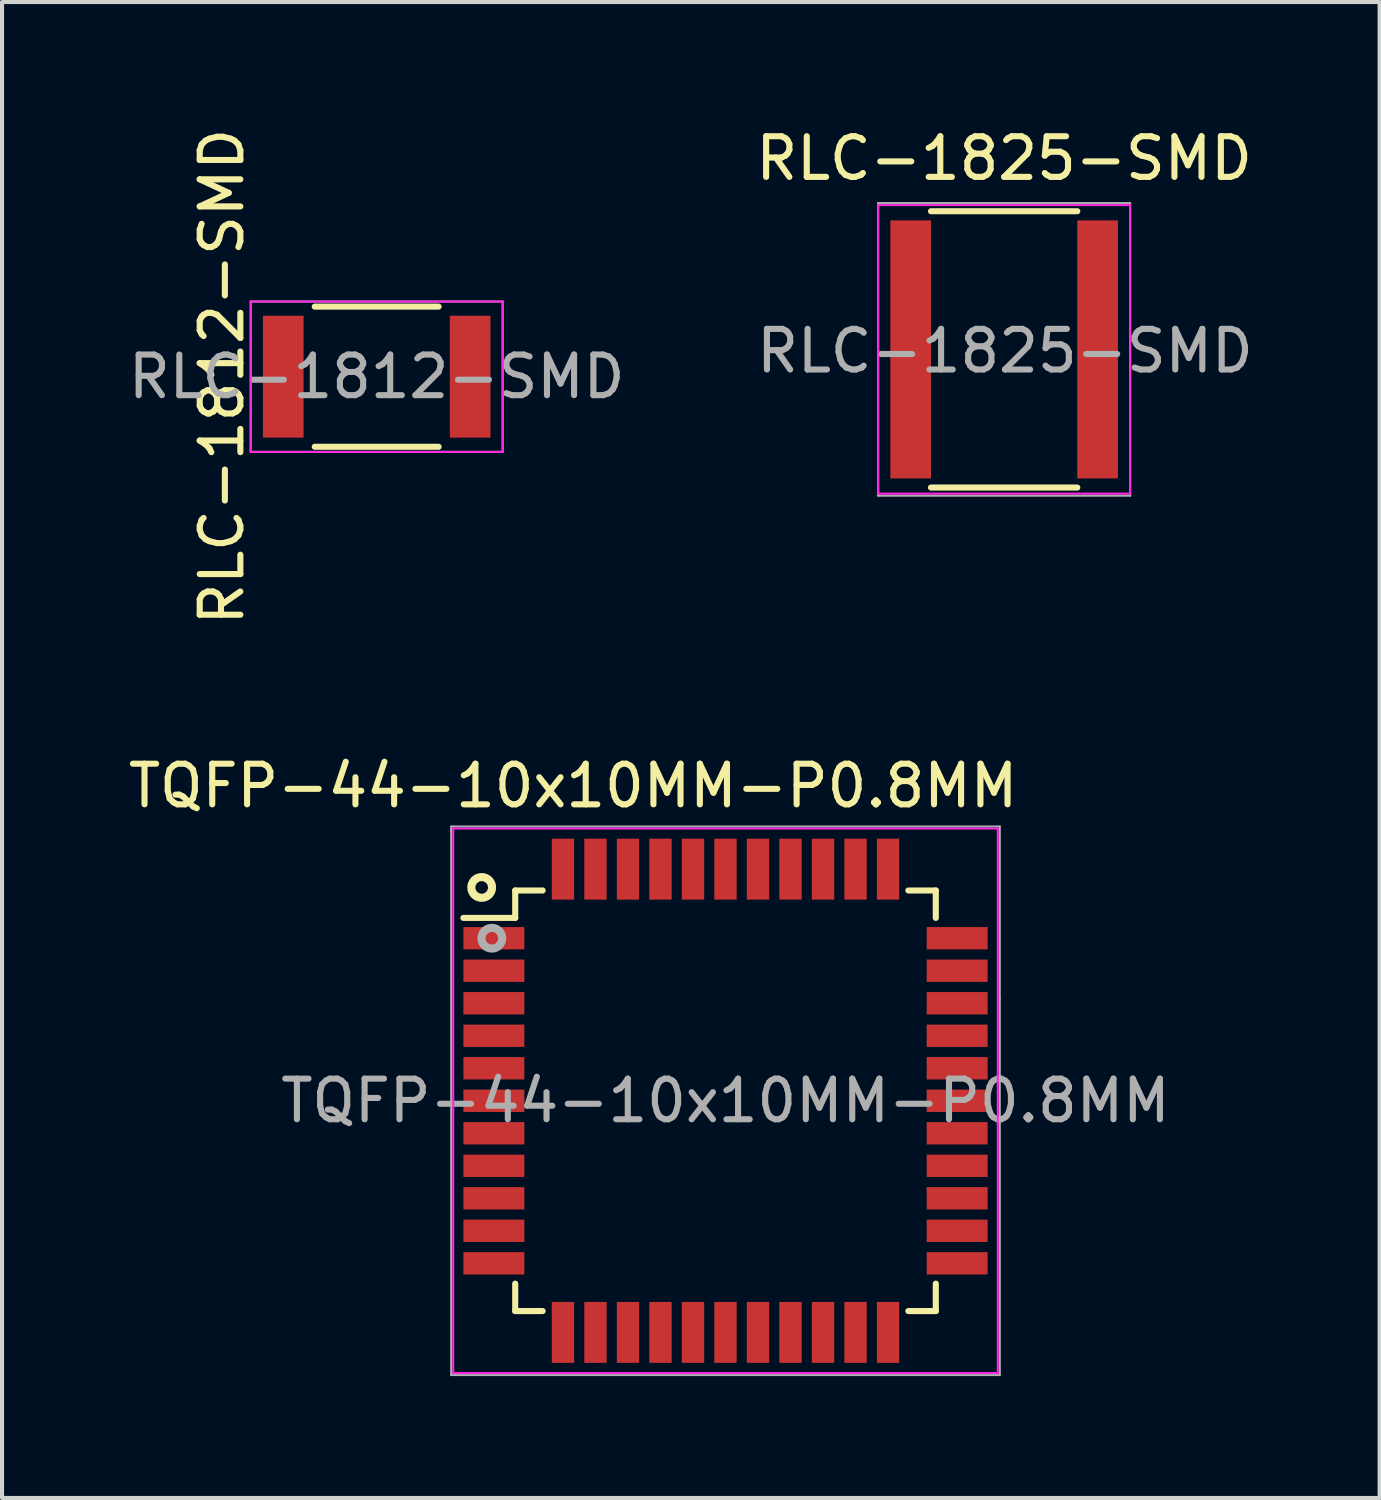
<source format=kicad_pcb>
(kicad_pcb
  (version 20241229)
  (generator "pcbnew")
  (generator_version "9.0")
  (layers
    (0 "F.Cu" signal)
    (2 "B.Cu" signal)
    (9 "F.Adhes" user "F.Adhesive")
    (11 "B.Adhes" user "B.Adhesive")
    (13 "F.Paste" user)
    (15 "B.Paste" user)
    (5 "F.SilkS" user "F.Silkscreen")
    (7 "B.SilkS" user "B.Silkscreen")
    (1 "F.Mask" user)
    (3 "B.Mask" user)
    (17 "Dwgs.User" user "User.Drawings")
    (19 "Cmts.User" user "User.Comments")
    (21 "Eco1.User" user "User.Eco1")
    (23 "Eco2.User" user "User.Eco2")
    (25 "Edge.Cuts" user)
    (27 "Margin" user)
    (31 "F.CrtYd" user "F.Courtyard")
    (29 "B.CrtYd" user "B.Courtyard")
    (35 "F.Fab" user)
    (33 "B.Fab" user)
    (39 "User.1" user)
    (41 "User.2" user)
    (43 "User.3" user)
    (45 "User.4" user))
  (footprint "TQFP-44-10x10MM-P0.8MM"
    (layer "F.Cu")
    (at 14.804 24.039)
    (property "Reference" "TQFP-44-10x10MM-P0.8MM" (at 0 0 0) (layer "F.Fab") (effects (font (size 1 1) (thickness 0.15))))
    (attr smd)
    (fp_line (start -5.175 -5.175) (end -5.175 -4.5) (stroke (width 0.15) (type solid)) (layer "F.SilkS"))
    (fp_line (start -5.175 -5.175) (end -4.5 -5.175) (stroke (width 0.15) (type solid)) (layer "F.SilkS"))
    (fp_line (start -5.175 -4.5) (end -6.45 -4.5) (stroke (width 0.15) (type solid)) (layer "F.SilkS"))
    (fp_line (start -5.175 5.175) (end -5.175 4.5) (stroke (width 0.15) (type solid)) (layer "F.SilkS"))
    (fp_line (start -5.175 5.175) (end -4.5 5.175) (stroke (width 0.15) (type solid)) (layer "F.SilkS"))
    (fp_line (start 5.175 -5.175) (end 4.5 -5.175) (stroke (width 0.15) (type solid)) (layer "F.SilkS"))
    (fp_line (start 5.175 -5.175) (end 5.175 -4.5) (stroke (width 0.15) (type solid)) (layer "F.SilkS"))
    (fp_line (start 5.175 5.175) (end 4.5 5.175) (stroke (width 0.15) (type solid)) (layer "F.SilkS"))
    (fp_line (start 5.175 5.175) (end 5.175 4.5) (stroke (width 0.15) (type solid)) (layer "F.SilkS"))
    (fp_circle (center -6 -5.25) (end -5.95 -5) (stroke (width 0.2) (type solid)) (fill no) (layer "F.SilkS"))
    (fp_line (start -6.7 -6.7) (end -6.7 6.7) (stroke (width 0.05) (type solid)) (layer "F.CrtYd"))
    (fp_line (start -6.7 -6.7) (end 6.7 -6.7) (stroke (width 0.05) (type solid)) (layer "F.CrtYd"))
    (fp_line (start -6.7 6.7) (end 6.7 6.7) (stroke (width 0.05) (type solid)) (layer "F.CrtYd"))
    (fp_line (start 6.7 -6.7) (end 6.7 6.7) (stroke (width 0.05) (type solid)) (layer "F.CrtYd"))
    (fp_line (start -6.75 -6.75) (end 6.75 -6.75) (stroke (width 0.05) (type solid)) (layer "F.Fab"))
    (fp_line (start -6.75 6.75) (end -6.75 -6.75) (stroke (width 0.05) (type solid)) (layer "F.Fab"))
    (fp_line (start 6.75 -6.75) (end 6.75 -2.5) (stroke (width 0.05) (type solid)) (layer "F.Fab"))
    (fp_line (start 6.75 -2.5) (end 6.75 6.75) (stroke (width 0.05) (type solid)) (layer "F.Fab"))
    (fp_line (start 6.75 6.75) (end -6.75 6.75) (stroke (width 0.05) (type solid)) (layer "F.Fab"))
    (fp_circle (center -5.75 -4) (end -5.7 -3.75) (stroke (width 0.2) (type solid)) (fill no) (layer "F.Fab"))
    (fp_text user "${REFERENCE}" (at -3.75 -7.75 0) (layer "F.SilkS") (effects (font (size 1 1) (thickness 0.15))))
    (pad "1" smd rect (at -5.7 -4) (size 1.5 0.55) (layers "F.Cu" "F.Mask" "F.Paste"))
    (pad "2" smd rect (at -5.7 -3.2) (size 1.5 0.55) (layers "F.Cu" "F.Mask" "F.Paste"))
    (pad "3" smd rect (at -5.7 -2.4) (size 1.5 0.55) (layers "F.Cu" "F.Mask" "F.Paste"))
    (pad "4" smd rect (at -5.7 -1.6) (size 1.5 0.55) (layers "F.Cu" "F.Mask" "F.Paste"))
    (pad "5" smd rect (at -5.7 -0.8) (size 1.5 0.55) (layers "F.Cu" "F.Mask" "F.Paste"))
    (pad "6" smd rect (at -5.7 0) (size 1.5 0.55) (layers "F.Cu" "F.Mask" "F.Paste"))
    (pad "7" smd rect (at -5.7 0.8) (size 1.5 0.55) (layers "F.Cu" "F.Mask" "F.Paste"))
    (pad "8" smd rect (at -5.7 1.6) (size 1.5 0.55) (layers "F.Cu" "F.Mask" "F.Paste"))
    (pad "9" smd rect (at -5.7 2.4) (size 1.5 0.55) (layers "F.Cu" "F.Mask" "F.Paste"))
    (pad "10" smd rect (at -5.7 3.2) (size 1.5 0.55) (layers "F.Cu" "F.Mask" "F.Paste"))
    (pad "11" smd rect (at -5.7 4) (size 1.5 0.55) (layers "F.Cu" "F.Mask" "F.Paste"))
    (pad "12" smd rect (at -4 5.7 90) (size 1.5 0.55) (layers "F.Cu" "F.Mask" "F.Paste"))
    (pad "13" smd rect (at -3.2 5.7 90) (size 1.5 0.55) (layers "F.Cu" "F.Mask" "F.Paste"))
    (pad "14" smd rect (at -2.4 5.7 90) (size 1.5 0.55) (layers "F.Cu" "F.Mask" "F.Paste"))
    (pad "15" smd rect (at -1.6 5.7 90) (size 1.5 0.55) (layers "F.Cu" "F.Mask" "F.Paste"))
    (pad "16" smd rect (at -0.8 5.7 90) (size 1.5 0.55) (layers "F.Cu" "F.Mask" "F.Paste"))
    (pad "17" smd rect (at 0 5.7 90) (size 1.5 0.55) (layers "F.Cu" "F.Mask" "F.Paste"))
    (pad "18" smd rect (at 0.8 5.7 90) (size 1.5 0.55) (layers "F.Cu" "F.Mask" "F.Paste"))
    (pad "19" smd rect (at 1.6 5.7 90) (size 1.5 0.55) (layers "F.Cu" "F.Mask" "F.Paste"))
    (pad "20" smd rect (at 2.4 5.7 90) (size 1.5 0.55) (layers "F.Cu" "F.Mask" "F.Paste"))
    (pad "21" smd rect (at 3.2 5.7 90) (size 1.5 0.55) (layers "F.Cu" "F.Mask" "F.Paste"))
    (pad "22" smd rect (at 4 5.7 90) (size 1.5 0.55) (layers "F.Cu" "F.Mask" "F.Paste"))
    (pad "23" smd rect (at 5.7 4) (size 1.5 0.55) (layers "F.Cu" "F.Mask" "F.Paste"))
    (pad "24" smd rect (at 5.7 3.2) (size 1.5 0.55) (layers "F.Cu" "F.Mask" "F.Paste"))
    (pad "25" smd rect (at 5.7 2.4) (size 1.5 0.55) (layers "F.Cu" "F.Mask" "F.Paste"))
    (pad "26" smd rect (at 5.7 1.6) (size 1.5 0.55) (layers "F.Cu" "F.Mask" "F.Paste"))
    (pad "27" smd rect (at 5.7 0.8) (size 1.5 0.55) (layers "F.Cu" "F.Mask" "F.Paste"))
    (pad "28" smd rect (at 5.7 0) (size 1.5 0.55) (layers "F.Cu" "F.Mask" "F.Paste"))
    (pad "29" smd rect (at 5.7 -0.8) (size 1.5 0.55) (layers "F.Cu" "F.Mask" "F.Paste"))
    (pad "30" smd rect (at 5.7 -1.6) (size 1.5 0.55) (layers "F.Cu" "F.Mask" "F.Paste"))
    (pad "31" smd rect (at 5.7 -2.4) (size 1.5 0.55) (layers "F.Cu" "F.Mask" "F.Paste"))
    (pad "32" smd rect (at 5.7 -3.2) (size 1.5 0.55) (layers "F.Cu" "F.Mask" "F.Paste"))
    (pad "33" smd rect (at 5.7 -4) (size 1.5 0.55) (layers "F.Cu" "F.Mask" "F.Paste"))
    (pad "34" smd rect (at 4 -5.7 90) (size 1.5 0.55) (layers "F.Cu" "F.Mask" "F.Paste"))
    (pad "35" smd rect (at 3.2 -5.7 90) (size 1.5 0.55) (layers "F.Cu" "F.Mask" "F.Paste"))
    (pad "36" smd rect (at 2.4 -5.7 90) (size 1.5 0.55) (layers "F.Cu" "F.Mask" "F.Paste"))
    (pad "37" smd rect (at 1.6 -5.7 90) (size 1.5 0.55) (layers "F.Cu" "F.Mask" "F.Paste"))
    (pad "38" smd rect (at 0.8 -5.7 90) (size 1.5 0.55) (layers "F.Cu" "F.Mask" "F.Paste"))
    (pad "39" smd rect (at 0 -5.7 90) (size 1.5 0.55) (layers "F.Cu" "F.Mask" "F.Paste"))
    (pad "40" smd rect (at -0.8 -5.7 90) (size 1.5 0.55) (layers "F.Cu" "F.Mask" "F.Paste"))
    (pad "41" smd rect (at -1.6 -5.7 90) (size 1.5 0.55) (layers "F.Cu" "F.Mask" "F.Paste"))
    (pad "42" smd rect (at -2.4 -5.7 90) (size 1.5 0.55) (layers "F.Cu" "F.Mask" "F.Paste"))
    (pad "43" smd rect (at -3.2 -5.7 90) (size 1.5 0.55) (layers "F.Cu" "F.Mask" "F.Paste"))
    (pad "44" smd rect (at -4 -5.7 90) (size 1.5 0.55) (layers "F.Cu" "F.Mask" "F.Paste")))
  (footprint "RLC-1812-SMD"
    (layer "F.Cu")
    (at 6.22 6.22)
    (property "Reference" "RLC-1812-SMD" (at 0 0 0) (layer "F.Fab") (effects (font (size 1 1) (thickness 0.15))))
    (attr smd)
    (fp_line (start -1.524 1.725) (end 1.524 1.725) (stroke (width 0.15) (type solid)) (layer "F.SilkS"))
    (fp_line (start 1.524 -1.725) (end -1.524 -1.725) (stroke (width 0.15) (type solid)) (layer "F.SilkS"))
    (fp_line (start -3.1 -1.85) (end -3.1 1.85) (stroke (width 0.05) (type solid)) (layer "F.CrtYd"))
    (fp_line (start -3.1 -1.85) (end 3.1 -1.85) (stroke (width 0.05) (type solid)) (layer "F.CrtYd"))
    (fp_line (start -3.1 1.85) (end 3.1 1.85) (stroke (width 0.05) (type solid)) (layer "F.CrtYd"))
    (fp_line (start 3.1 -1.85) (end 3.1 1.85) (stroke (width 0.05) (type solid)) (layer "F.CrtYd"))
    (fp_line (start -3.1 -1.85) (end -3.1 1.85) (stroke (width 0.05) (type solid)) (layer "F.Fab"))
    (fp_line (start -3.1 -1.85) (end 3.1 -1.85) (stroke (width 0.05) (type solid)) (layer "F.Fab"))
    (fp_line (start -3.1 1.85) (end 3.1 1.85) (stroke (width 0.05) (type solid)) (layer "F.Fab"))
    (fp_line (start 3.1 -1.85) (end 3.1 1.85) (stroke (width 0.05) (type solid)) (layer "F.Fab"))
    (fp_text user "${REFERENCE}" (at -3.81 0 90) (layer "F.SilkS") (effects (font (size 1 1) (thickness 0.15))))
    (pad "1" smd rect (at -2.3 0) (size 1 3) (layers "F.Cu" "F.Mask" "F.Paste"))
    (pad "2" smd rect (at 2.3 0) (size 1 3) (layers "F.Cu" "F.Mask" "F.Paste")))
  (footprint "RLC-1825-SMD"
    (layer "F.Cu")
    (at 21.661 5.548)
    (property "Reference" "RLC-1825-SMD" (at 0 -4.7 0) (layer "F.SilkS") (effects (font (size 1 1) (thickness 0.15))))
    (attr smd)
    (fp_line (start -1.8 3.4) (end 1.8 3.4) (stroke (width 0.15) (type solid)) (layer "F.SilkS"))
    (fp_line (start 1.8 -3.4) (end -1.8 -3.4) (stroke (width 0.15) (type solid)) (layer "F.SilkS"))
    (fp_line (start -3.1 -3.55) (end -3.1 3.55) (stroke (width 0.05) (type solid)) (layer "F.CrtYd"))
    (fp_line (start -3.1 -3.55) (end 3.1 -3.55) (stroke (width 0.05) (type solid)) (layer "F.CrtYd"))
    (fp_line (start -3.1 3.55) (end 3.1 3.55) (stroke (width 0.05) (type solid)) (layer "F.CrtYd"))
    (fp_line (start 3.1 -3.55) (end 3.1 3.55) (stroke (width 0.05) (type solid)) (layer "F.CrtYd"))
    (fp_line (start -3.1 -3.6) (end 3.1 -3.6) (stroke (width 0.051) (type solid)) (layer "F.Fab"))
    (fp_line (start -3.1 3.6) (end -3.1 -3.6) (stroke (width 0.051) (type solid)) (layer "F.Fab"))
    (fp_line (start 3.1 -3.6) (end 3.1 3.6) (stroke (width 0.051) (type solid)) (layer "F.Fab"))
    (fp_line (start 3.1 3.6) (end -3.1 3.6) (stroke (width 0.051) (type solid)) (layer "F.Fab"))
    (fp_text user "${REFERENCE}" (at 0.02 0.04 0) (layer "F.Fab") (effects (font (size 1 1) (thickness 0.15))))
    (pad "1" smd rect (at -2.3 0) (size 1 6.35) (layers "F.Cu" "F.Mask" "F.Paste"))
    (pad "2" smd rect (at 2.3 0) (size 1 6.35) (layers "F.Cu" "F.Mask" "F.Paste")))
  (gr_rect
    (start -3 -3)
    (end 30.901 33.814)
    (stroke (width 0.1) (type default))
    (fill no)
    (layer "Edge.Cuts")))
</source>
